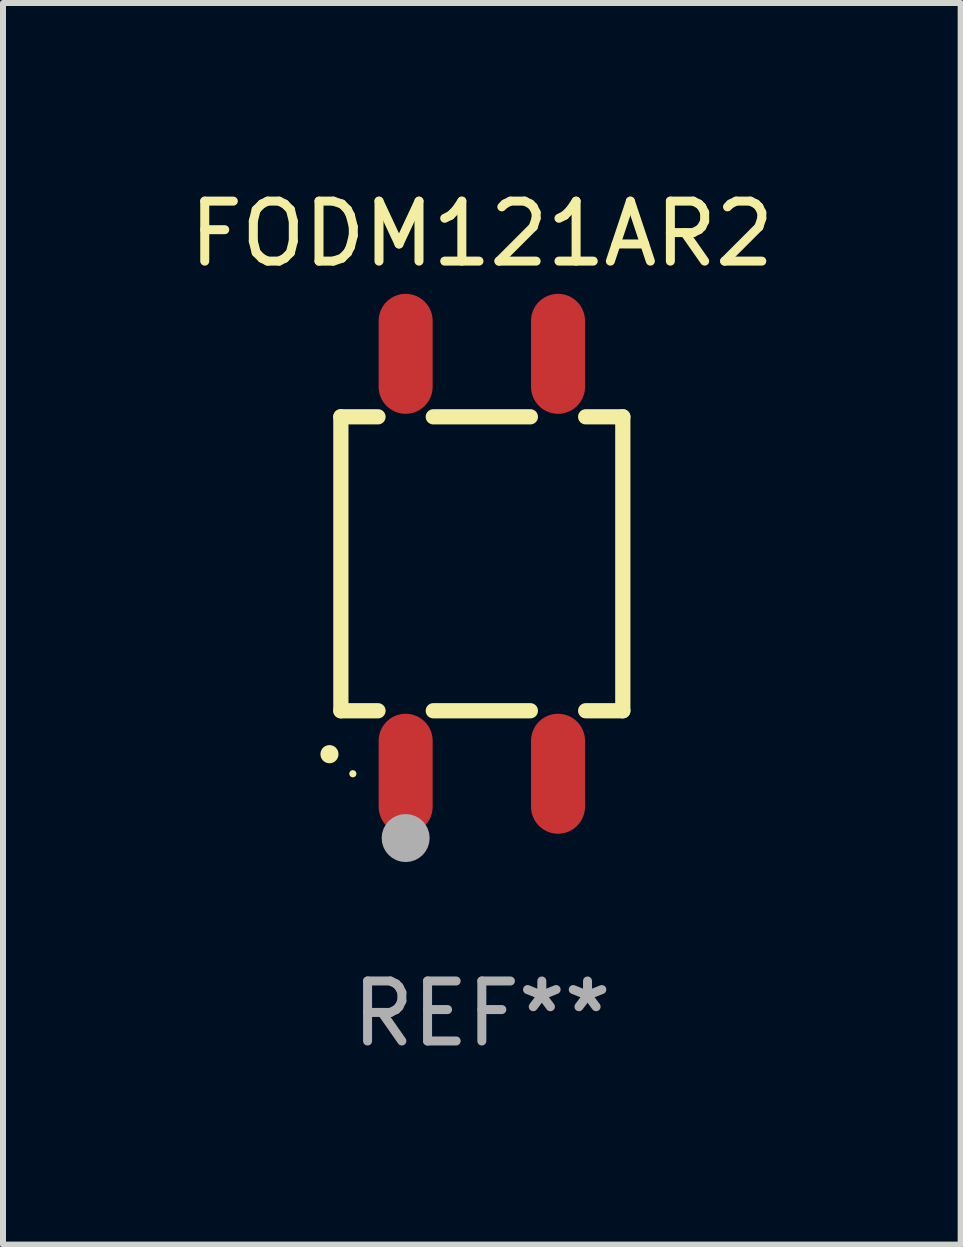
<source format=kicad_pcb>
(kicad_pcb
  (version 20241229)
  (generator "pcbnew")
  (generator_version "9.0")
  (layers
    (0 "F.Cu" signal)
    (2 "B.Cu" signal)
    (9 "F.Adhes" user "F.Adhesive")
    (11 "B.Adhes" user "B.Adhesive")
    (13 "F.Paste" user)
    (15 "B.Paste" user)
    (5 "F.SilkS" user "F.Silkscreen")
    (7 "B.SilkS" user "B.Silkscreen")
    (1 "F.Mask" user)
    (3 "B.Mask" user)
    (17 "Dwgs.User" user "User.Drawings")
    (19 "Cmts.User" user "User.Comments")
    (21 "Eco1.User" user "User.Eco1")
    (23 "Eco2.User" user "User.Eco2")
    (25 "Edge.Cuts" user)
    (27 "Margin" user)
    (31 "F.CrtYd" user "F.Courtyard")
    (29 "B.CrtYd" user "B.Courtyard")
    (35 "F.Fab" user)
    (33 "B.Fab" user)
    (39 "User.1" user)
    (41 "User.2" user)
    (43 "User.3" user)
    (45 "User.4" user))
  (footprint "FODM121AR2"
    (layer "F.Cu")
    (at 4.982 6.348)
    (property "Reference" "FODM121AR2" (at 0 -5.5 0) (layer "F.SilkS") (effects (font (size 1 1) (thickness 0.15))))
    (attr through_hole)
    (fp_line (start -2.35 -2.45) (end -2.35 2.45) (stroke (width 0.254) (type solid)) (layer "F.SilkS"))
    (fp_line (start -2.35 -2.45) (end -1.731 -2.45) (stroke (width 0.254) (type solid)) (layer "F.SilkS"))
    (fp_line (start -2.35 2.45) (end -1.731 2.45) (stroke (width 0.254) (type solid)) (layer "F.SilkS"))
    (fp_line (start -0.809 -2.45) (end 0.809 -2.45) (stroke (width 0.254) (type solid)) (layer "F.SilkS"))
    (fp_line (start -0.809 2.45) (end 0.809 2.45) (stroke (width 0.254) (type solid)) (layer "F.SilkS"))
    (fp_line (start 1.731 -2.45) (end 2.35 -2.45) (stroke (width 0.254) (type solid)) (layer "F.SilkS"))
    (fp_line (start 1.731 2.45) (end 2.35 2.45) (stroke (width 0.254) (type solid)) (layer "F.SilkS"))
    (fp_line (start 2.35 -2.45) (end 2.35 2.45) (stroke (width 0.254) (type solid)) (layer "F.SilkS"))
    (fp_arc (start -2.540005 3.174879) (mid -2.54001 3.173609) (end -2.540005 3.172339) (stroke (width 0.3) (type solid)) (layer "F.SilkS"))
    (fp_circle (center -2.15 3.5) (end -2.12 3.5) (stroke (width 0.06) (type solid)) (fill no) (layer "F.SilkS"))
    (fp_circle (center -1.27 4.572) (end -1.07 4.572) (stroke (width 0.4) (type solid)) (fill no) (layer "F.Fab"))
    (fp_text user "REF**" (at 0 7.5 0) (layer "F.Fab") (effects (font (size 1 1) (thickness 0.15))))
    (pad "1" smd oval (at -1.27 3.5 180) (size 0.9 2) (layers "F.Cu" "F.Mask" "F.Paste"))
    (pad "2" smd oval (at 1.27 3.5 180) (size 0.9 2) (layers "F.Cu" "F.Mask" "F.Paste"))
    (pad "3" smd oval (at 1.27 -3.5 180) (size 0.9 2) (layers "F.Cu" "F.Mask" "F.Paste"))
    (pad "4" smd oval (at -1.27 -3.5 180) (size 0.9 2) (layers "F.Cu" "F.Mask" "F.Paste")))
  (gr_rect
    (start -3 -3)
    (end 12.964 17.697)
    (stroke (width 0.1) (type default))
    (fill no)
    (layer "Edge.Cuts")))
</source>
